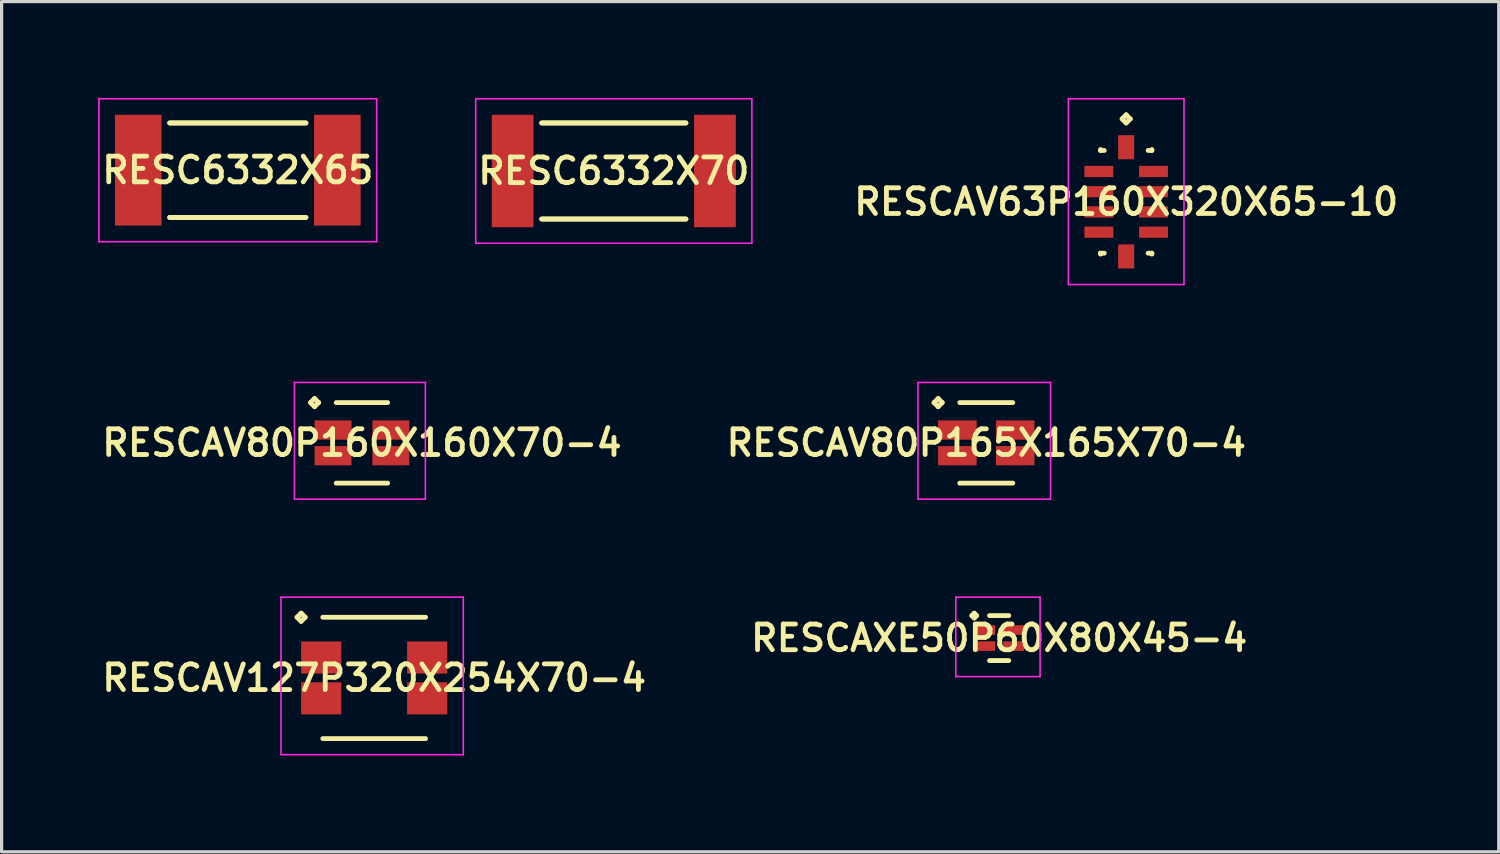
<source format=kicad_pcb>
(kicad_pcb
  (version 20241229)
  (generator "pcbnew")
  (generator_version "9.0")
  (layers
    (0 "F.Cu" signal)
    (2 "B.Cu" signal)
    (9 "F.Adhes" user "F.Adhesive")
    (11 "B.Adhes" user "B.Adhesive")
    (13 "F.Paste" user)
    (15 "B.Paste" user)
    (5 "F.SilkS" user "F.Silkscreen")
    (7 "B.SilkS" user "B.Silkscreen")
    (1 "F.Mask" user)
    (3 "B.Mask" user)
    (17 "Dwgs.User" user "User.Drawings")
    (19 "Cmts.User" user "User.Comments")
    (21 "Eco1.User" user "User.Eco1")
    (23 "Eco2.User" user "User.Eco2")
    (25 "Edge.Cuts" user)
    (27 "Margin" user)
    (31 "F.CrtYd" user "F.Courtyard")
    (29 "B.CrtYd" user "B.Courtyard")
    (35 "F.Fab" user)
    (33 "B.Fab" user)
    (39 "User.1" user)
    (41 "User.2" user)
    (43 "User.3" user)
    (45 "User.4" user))
  (footprint "RESCAV80P165X165X70-4"
    (layer "F.Cu")
    (at 27.664 10.741)
    (property "Reference" "RESCAV80P165X165X70-4" (at 0 0 0) (layer "F.SilkS") (effects (font (size 0.8 0.8) (thickness 0.15))))
    (attr smd)
    (fp_line (start -1.627 -1.254) (end -1.5 -1.381) (stroke (width 0.15) (type solid)) (layer "F.SilkS"))
    (fp_line (start -1.5 -1.381) (end -1.373 -1.254) (stroke (width 0.15) (type solid)) (layer "F.SilkS"))
    (fp_line (start -1.5 -1.127) (end -1.627 -1.254) (stroke (width 0.15) (type solid)) (layer "F.SilkS"))
    (fp_line (start -1.373 -1.254) (end -1.5 -1.127) (stroke (width 0.15) (type solid)) (layer "F.SilkS"))
    (fp_line (start -0.825 -1.254) (end 0.825 -1.254) (stroke (width 0.15) (type solid)) (layer "F.SilkS"))
    (fp_line (start -0.825 1.254) (end 0.825 1.254) (stroke (width 0.15) (type solid)) (layer "F.SilkS"))
    (fp_line (start -2.127 -1.881) (end 2 -1.881) (stroke (width 0.05) (type solid)) (layer "F.CrtYd"))
    (fp_line (start -2.127 1.754) (end -2.127 -1.881) (stroke (width 0.05) (type solid)) (layer "F.CrtYd"))
    (fp_line (start 2 -1.881) (end 2 1.754) (stroke (width 0.05) (type solid)) (layer "F.CrtYd"))
    (fp_line (start 2 1.754) (end -2.127 1.754) (stroke (width 0.05) (type solid)) (layer "F.CrtYd"))
    (pad "1" smd rect (at -0.9 -0.4) (size 1.2 0.6) (layers "F.Cu" "F.Mask" "F.Paste"))
    (pad "2" smd rect (at -0.9 0.4) (size 1.2 0.6) (layers "F.Cu" "F.Mask" "F.Paste"))
    (pad "3" smd rect (at 0.9 0.4) (size 1.2 0.6) (layers "F.Cu" "F.Mask" "F.Paste"))
    (pad "4" smd rect (at 0.9 -0.4) (size 1.2 0.6) (layers "F.Cu" "F.Mask" "F.Paste")))
  (footprint "RESCAXE50P60X80X45-4"
    (layer "F.Cu")
    (at 28.064 16.82)
    (property "Reference" "RESCAXE50P60X80X45-4" (at 0 0 0) (layer "F.SilkS") (effects (font (size 0.8 0.8) (thickness 0.15))))
    (attr smd)
    (fp_line (start -0.85 -0.7) (end -0.775 -0.775) (stroke (width 0.15) (type solid)) (layer "F.SilkS"))
    (fp_line (start -0.775 -0.775) (end -0.7 -0.7) (stroke (width 0.15) (type solid)) (layer "F.SilkS"))
    (fp_line (start -0.775 -0.625) (end -0.85 -0.7) (stroke (width 0.15) (type solid)) (layer "F.SilkS"))
    (fp_line (start -0.7 -0.7) (end -0.775 -0.625) (stroke (width 0.15) (type solid)) (layer "F.SilkS"))
    (fp_line (start -0.3 -0.7) (end 0.3 -0.7) (stroke (width 0.15) (type solid)) (layer "F.SilkS"))
    (fp_line (start -0.3 0.7) (end 0.3 0.7) (stroke (width 0.15) (type solid)) (layer "F.SilkS"))
    (fp_line (start -1.35 -1.275) (end 1.275 -1.275) (stroke (width 0.05) (type solid)) (layer "F.CrtYd"))
    (fp_line (start -1.35 1.2) (end -1.35 -1.275) (stroke (width 0.05) (type solid)) (layer "F.CrtYd"))
    (fp_line (start 1.275 -1.275) (end 1.275 1.2) (stroke (width 0.05) (type solid)) (layer "F.CrtYd"))
    (fp_line (start 1.275 1.2) (end -1.35 1.2) (stroke (width 0.05) (type solid)) (layer "F.CrtYd"))
    (pad "1" smd rect (at -0.45 -0.25) (size 0.65 0.3) (layers "F.Cu" "F.Mask" "F.Paste"))
    (pad "2" smd rect (at -0.45 0.25) (size 0.65 0.3) (layers "F.Cu" "F.Mask" "F.Paste"))
    (pad "3" smd rect (at 0.45 0.25) (size 0.65 0.3) (layers "F.Cu" "F.Mask" "F.Paste"))
    (pad "4" smd rect (at 0.45 -0.25) (size 0.65 0.3) (layers "F.Cu" "F.Mask" "F.Paste")))
  (footprint "RESCAV80P160X160X70-4"
    (layer "F.Cu")
    (at 8.221 10.741)
    (property "Reference" "RESCAV80P160X160X70-4" (at 0 0 0) (layer "F.SilkS") (effects (font (size 0.8 0.8) (thickness 0.15))))
    (attr smd)
    (fp_line (start -1.602 -1.254) (end -1.475 -1.381) (stroke (width 0.15) (type solid)) (layer "F.SilkS"))
    (fp_line (start -1.475 -1.381) (end -1.348 -1.254) (stroke (width 0.15) (type solid)) (layer "F.SilkS"))
    (fp_line (start -1.475 -1.127) (end -1.602 -1.254) (stroke (width 0.15) (type solid)) (layer "F.SilkS"))
    (fp_line (start -1.348 -1.254) (end -1.475 -1.127) (stroke (width 0.15) (type solid)) (layer "F.SilkS"))
    (fp_line (start -0.8 -1.254) (end 0.8 -1.254) (stroke (width 0.15) (type solid)) (layer "F.SilkS"))
    (fp_line (start -0.8 1.254) (end 0.8 1.254) (stroke (width 0.15) (type solid)) (layer "F.SilkS"))
    (fp_line (start -2.102 -1.881) (end 1.975 -1.881) (stroke (width 0.05) (type solid)) (layer "F.CrtYd"))
    (fp_line (start -2.102 1.754) (end -2.102 -1.881) (stroke (width 0.05) (type solid)) (layer "F.CrtYd"))
    (fp_line (start 1.975 -1.881) (end 1.975 1.754) (stroke (width 0.05) (type solid)) (layer "F.CrtYd"))
    (fp_line (start 1.975 1.754) (end -2.102 1.754) (stroke (width 0.05) (type solid)) (layer "F.CrtYd"))
    (pad "1" smd rect (at -0.9 -0.4) (size 1.15 0.6) (layers "F.Cu" "F.Mask" "F.Paste"))
    (pad "2" smd rect (at -0.9 0.4) (size 1.15 0.6) (layers "F.Cu" "F.Mask" "F.Paste"))
    (pad "3" smd rect (at 0.9 0.4) (size 1.15 0.6) (layers "F.Cu" "F.Mask" "F.Paste"))
    (pad "4" smd rect (at 0.9 -0.4) (size 1.15 0.6) (layers "F.Cu" "F.Mask" "F.Paste")))
  (footprint "RESCAV127P320X254X70-4"
    (layer "F.Cu")
    (at 8.602 18.061)
    (property "Reference" "RESCAV127P320X254X70-4" (at 0 0 0) (layer "F.SilkS") (effects (font (size 0.8 0.8) (thickness 0.15))))
    (attr smd)
    (fp_line (start -2.402 -1.889) (end -2.275 -2.016) (stroke (width 0.15) (type solid)) (layer "F.SilkS"))
    (fp_line (start -2.275 -2.016) (end -2.148 -1.889) (stroke (width 0.15) (type solid)) (layer "F.SilkS"))
    (fp_line (start -2.275 -1.762) (end -2.402 -1.889) (stroke (width 0.15) (type solid)) (layer "F.SilkS"))
    (fp_line (start -2.148 -1.889) (end -2.275 -1.762) (stroke (width 0.15) (type solid)) (layer "F.SilkS"))
    (fp_line (start -1.6 -1.889) (end 1.6 -1.889) (stroke (width 0.15) (type solid)) (layer "F.SilkS"))
    (fp_line (start -1.6 1.889) (end 1.6 1.889) (stroke (width 0.15) (type solid)) (layer "F.SilkS"))
    (fp_line (start -2.902 -2.516) (end 2.775 -2.516) (stroke (width 0.05) (type solid)) (layer "F.CrtYd"))
    (fp_line (start -2.902 2.389) (end -2.902 -2.516) (stroke (width 0.05) (type solid)) (layer "F.CrtYd"))
    (fp_line (start 2.775 -2.516) (end 2.775 2.389) (stroke (width 0.05) (type solid)) (layer "F.CrtYd"))
    (fp_line (start 2.775 2.389) (end -2.902 2.389) (stroke (width 0.05) (type solid)) (layer "F.CrtYd"))
    (pad "1" smd rect (at -1.65 -0.635) (size 1.25 1) (layers "F.Cu" "F.Mask" "F.Paste"))
    (pad "2" smd rect (at -1.65 0.635) (size 1.25 1) (layers "F.Cu" "F.Mask" "F.Paste"))
    (pad "3" smd rect (at 1.65 0.635) (size 1.25 1) (layers "F.Cu" "F.Mask" "F.Paste"))
    (pad "4" smd rect (at 1.65 -0.635) (size 1.25 1) (layers "F.Cu" "F.Mask" "F.Paste")))
  (footprint "RESC6332X70"
    (layer "F.Cu")
    (at 16.064 2.275)
    (property "Reference" "RESC6332X70" (at 0 0 0) (layer "F.SilkS") (effects (font (size 0.8 0.8) (thickness 0.15))))
    (attr smd)
    (fp_line (start -2.246 -1.496) (end 2.246 -1.496) (stroke (width 0.15) (type solid)) (layer "F.SilkS"))
    (fp_line (start -2.246 1.496) (end 2.246 1.496) (stroke (width 0.15) (type solid)) (layer "F.SilkS"))
    (fp_line (start 2.246 -1.496) (end -2.246 -1.496) (stroke (width 0.15) (type solid)) (layer "F.SilkS"))
    (fp_line (start 2.246 1.496) (end -2.246 1.496) (stroke (width 0.15) (type solid)) (layer "F.SilkS"))
    (fp_line (start -4.3 -2.25) (end 4.3 -2.25) (stroke (width 0.05) (type solid)) (layer "F.CrtYd"))
    (fp_line (start -4.3 2.25) (end -4.3 -2.25) (stroke (width 0.05) (type solid)) (layer "F.CrtYd"))
    (fp_line (start 4.3 -2.25) (end 4.3 2.25) (stroke (width 0.05) (type solid)) (layer "F.CrtYd"))
    (fp_line (start 4.3 2.25) (end -4.3 2.25) (stroke (width 0.05) (type solid)) (layer "F.CrtYd"))
    (pad "1" smd rect (at -3.15 0) (size 1.3 3.5) (layers "F.Cu" "F.Mask" "F.Paste"))
    (pad "2" smd rect (at 3.15 0) (size 1.3 3.5) (layers "F.Cu" "F.Mask" "F.Paste")))
  (footprint "RESCAV63P160X320X65-10"
    (layer "F.Cu")
    (at 32.02 3.235)
    (property "Reference" "RESCAV63P160X320X65-10" (at 0 0 0) (layer "F.SilkS") (effects (font (size 0.8 0.8) (thickness 0.15))))
    (attr smd)
    (fp_line (start -0.8 -1.628) (end -0.8 -1.6) (stroke (width 0.15) (type solid)) (layer "F.SilkS"))
    (fp_line (start -0.8 -1.6) (end -0.683 -1.6) (stroke (width 0.15) (type solid)) (layer "F.SilkS"))
    (fp_line (start -0.8 1.6) (end -0.683 1.6) (stroke (width 0.15) (type solid)) (layer "F.SilkS"))
    (fp_line (start -0.8 1.628) (end -0.8 1.6) (stroke (width 0.15) (type solid)) (layer "F.SilkS"))
    (fp_line (start -0.127 -2.583) (end 0 -2.71) (stroke (width 0.15) (type solid)) (layer "F.SilkS"))
    (fp_line (start 0 -2.71) (end 0.127 -2.583) (stroke (width 0.15) (type solid)) (layer "F.SilkS"))
    (fp_line (start 0 -2.456) (end -0.127 -2.583) (stroke (width 0.15) (type solid)) (layer "F.SilkS"))
    (fp_line (start 0.127 -2.583) (end 0 -2.456) (stroke (width 0.15) (type solid)) (layer "F.SilkS"))
    (fp_line (start 0.8 -1.628) (end 0.8 -1.6) (stroke (width 0.15) (type solid)) (layer "F.SilkS"))
    (fp_line (start 0.8 -1.6) (end 0.683 -1.6) (stroke (width 0.15) (type solid)) (layer "F.SilkS"))
    (fp_line (start 0.8 1.6) (end 0.683 1.6) (stroke (width 0.15) (type solid)) (layer "F.SilkS"))
    (fp_line (start 0.8 1.628) (end 0.8 1.6) (stroke (width 0.15) (type solid)) (layer "F.SilkS"))
    (fp_line (start -1.8 -3.21) (end 1.8 -3.21) (stroke (width 0.05) (type solid)) (layer "F.CrtYd"))
    (fp_line (start -1.8 2.575) (end -1.8 -3.21) (stroke (width 0.05) (type solid)) (layer "F.CrtYd"))
    (fp_line (start 1.8 -3.21) (end 1.8 2.575) (stroke (width 0.05) (type solid)) (layer "F.CrtYd"))
    (fp_line (start 1.8 2.575) (end -1.8 2.575) (stroke (width 0.05) (type solid)) (layer "F.CrtYd"))
    (pad "1" smd rect (at 0 -1.7) (size 0.5 0.75) (layers "F.Cu" "F.Mask" "F.Paste"))
    (pad "2" smd rect (at -0.85 -0.945) (size 0.9 0.35) (layers "F.Cu" "F.Mask" "F.Paste"))
    (pad "3" smd rect (at -0.85 -0.315) (size 0.9 0.35) (layers "F.Cu" "F.Mask" "F.Paste"))
    (pad "4" smd rect (at -0.85 0.315) (size 0.9 0.35) (layers "F.Cu" "F.Mask" "F.Paste"))
    (pad "5" smd rect (at -0.85 0.945) (size 0.9 0.35) (layers "F.Cu" "F.Mask" "F.Paste"))
    (pad "6" smd rect (at 0 1.7) (size 0.5 0.75) (layers "F.Cu" "F.Mask" "F.Paste"))
    (pad "7" smd rect (at 0.85 0.945) (size 0.9 0.35) (layers "F.Cu" "F.Mask" "F.Paste"))
    (pad "8" smd rect (at 0.85 0.315) (size 0.9 0.35) (layers "F.Cu" "F.Mask" "F.Paste"))
    (pad "9" smd rect (at 0.85 -0.315) (size 0.9 0.35) (layers "F.Cu" "F.Mask" "F.Paste"))
    (pad "10" smd rect (at 0.85 -0.945) (size 0.9 0.35) (layers "F.Cu" "F.Mask" "F.Paste")))
  (footprint "RESC6332X65"
    (layer "F.Cu")
    (at 4.355 2.25)
    (property "Reference" "RESC6332X65" (at 0 0 0) (layer "F.SilkS") (effects (font (size 0.8 0.8) (thickness 0.15))))
    (attr smd)
    (fp_line (start -2.121 -1.471) (end 2.121 -1.471) (stroke (width 0.15) (type solid)) (layer "F.SilkS"))
    (fp_line (start -2.121 1.471) (end 2.121 1.471) (stroke (width 0.15) (type solid)) (layer "F.SilkS"))
    (fp_line (start 2.121 -1.471) (end -2.121 -1.471) (stroke (width 0.15) (type solid)) (layer "F.SilkS"))
    (fp_line (start 2.121 1.471) (end -2.121 1.471) (stroke (width 0.15) (type solid)) (layer "F.SilkS"))
    (fp_line (start -4.325 -2.225) (end 4.325 -2.225) (stroke (width 0.05) (type solid)) (layer "F.CrtYd"))
    (fp_line (start -4.325 2.225) (end -4.325 -2.225) (stroke (width 0.05) (type solid)) (layer "F.CrtYd"))
    (fp_line (start 4.325 -2.225) (end 4.325 2.225) (stroke (width 0.05) (type solid)) (layer "F.CrtYd"))
    (fp_line (start 4.325 2.225) (end -4.325 2.225) (stroke (width 0.05) (type solid)) (layer "F.CrtYd"))
    (pad "1" smd rect (at -3.1 0) (size 1.45 3.45) (layers "F.Cu" "F.Mask" "F.Paste"))
    (pad "2" smd rect (at 3.1 0) (size 1.45 3.45) (layers "F.Cu" "F.Mask" "F.Paste")))
  (gr_rect
    (start -3 -3)
    (end 43.622 23.475)
    (stroke (width 0.1) (type default))
    (fill no)
    (layer "Edge.Cuts")))
</source>
